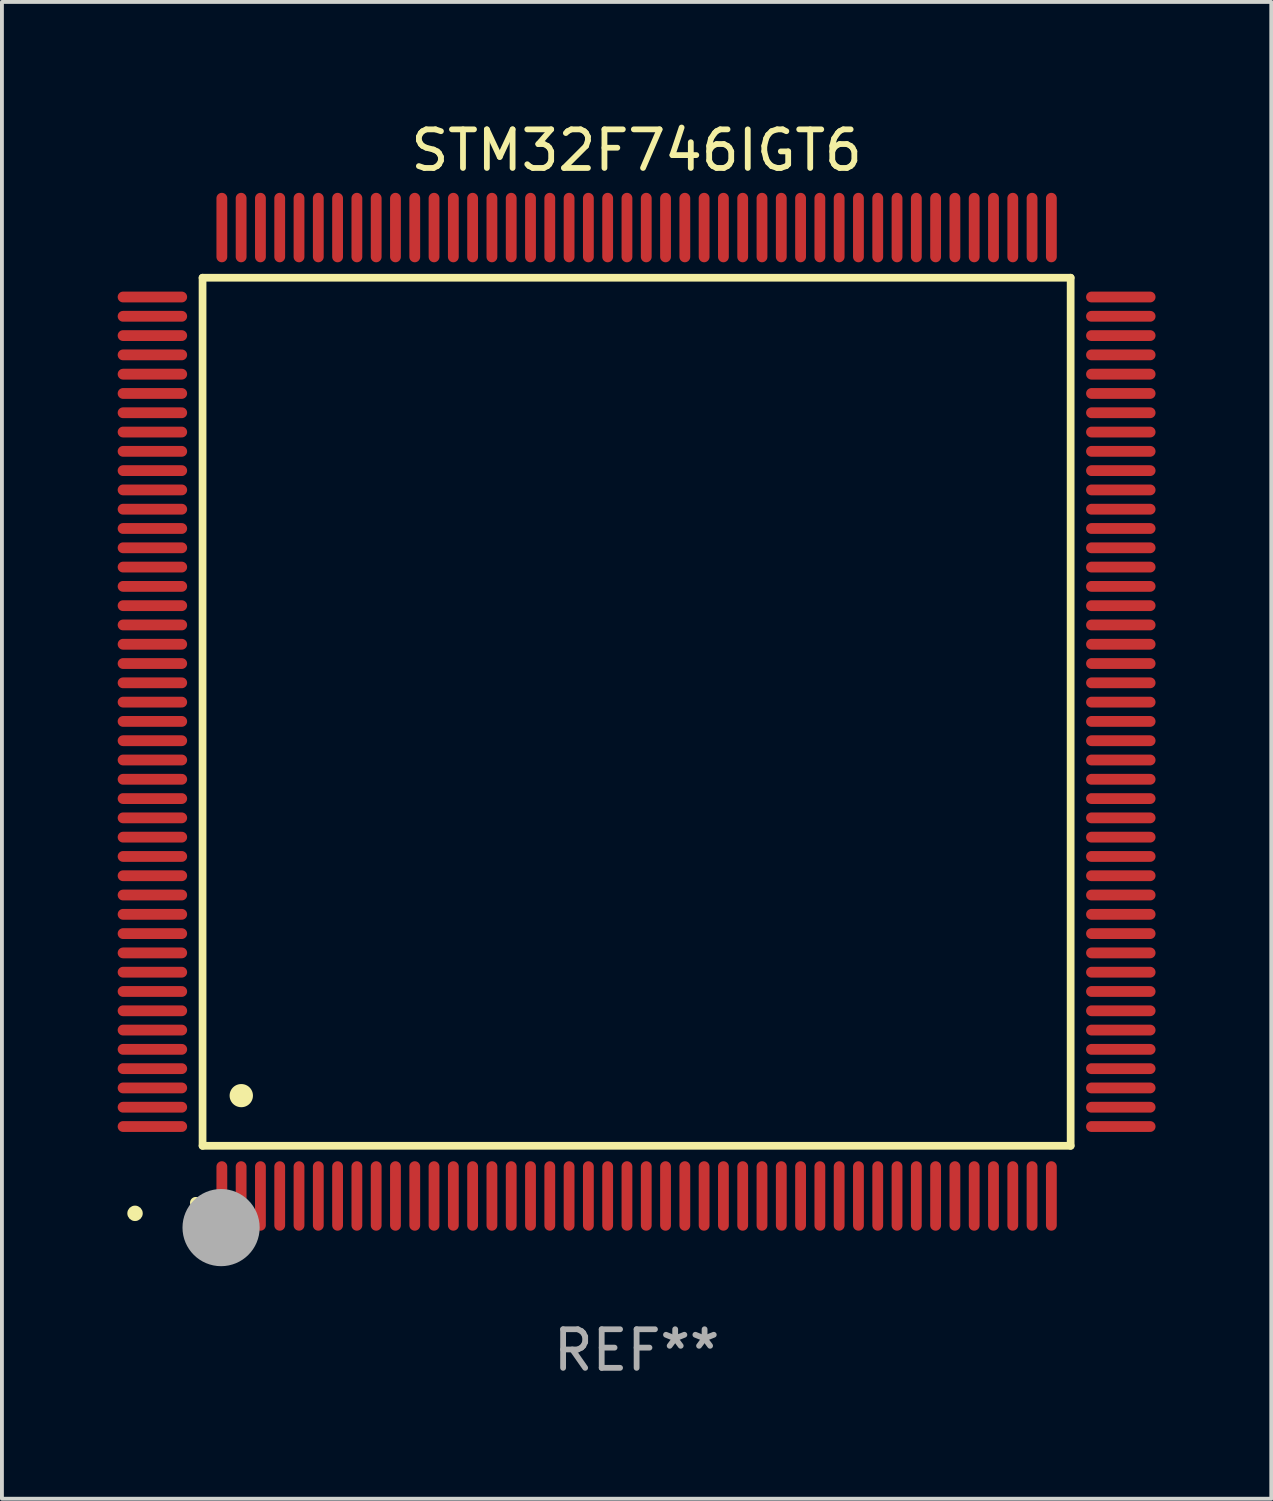
<source format=kicad_pcb>
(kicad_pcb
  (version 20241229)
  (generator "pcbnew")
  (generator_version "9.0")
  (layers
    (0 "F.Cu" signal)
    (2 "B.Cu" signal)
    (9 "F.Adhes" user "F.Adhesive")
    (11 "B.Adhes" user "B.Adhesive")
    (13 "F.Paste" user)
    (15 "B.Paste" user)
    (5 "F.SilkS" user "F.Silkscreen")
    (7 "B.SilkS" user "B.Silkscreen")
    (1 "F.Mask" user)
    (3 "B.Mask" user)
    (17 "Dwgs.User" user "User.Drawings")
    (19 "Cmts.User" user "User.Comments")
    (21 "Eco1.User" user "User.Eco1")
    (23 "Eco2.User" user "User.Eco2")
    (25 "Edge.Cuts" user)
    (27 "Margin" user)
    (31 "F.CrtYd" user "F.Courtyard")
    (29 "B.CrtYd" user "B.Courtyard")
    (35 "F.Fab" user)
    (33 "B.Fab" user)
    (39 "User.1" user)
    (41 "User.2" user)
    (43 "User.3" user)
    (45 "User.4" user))
  (footprint "STM32F746IGT6"
    (layer "F.Cu")
    (at 13.45 15.398)
    (property "Reference" "STM32F746IGT6" (at 0 -14.55 0) (layer "F.SilkS") (effects (font (size 1 1) (thickness 0.15))))
    (attr through_hole)
    (fp_line (start -11.25 -11.25) (end 11.25 -11.25) (stroke (width 0.2) (type solid)) (layer "F.SilkS"))
    (fp_line (start -11.25 11.25) (end -11.25 -11.25) (stroke (width 0.2) (type solid)) (layer "F.SilkS"))
    (fp_line (start 11.25 -11.25) (end 11.25 11.25) (stroke (width 0.2) (type solid)) (layer "F.SilkS"))
    (fp_line (start 11.25 11.25) (end -11.25 11.25) (stroke (width 0.2) (type solid)) (layer "F.SilkS"))
    (fp_arc (start -11.424943 12.725425) (mid -11.423673 12.72542) (end -11.422403 12.725425) (stroke (width 0.3) (type solid)) (layer "F.SilkS"))
    (fp_arc (start -10.24892 9.9492) (mid -10.24638 9.949189) (end -10.24384 9.9492) (stroke (width 0.6) (type solid)) (layer "F.SilkS"))
    (fp_circle (center -13 13) (end -12.9 13) (stroke (width 0.2) (type solid)) (fill no) (layer "F.SilkS"))
    (fp_circle (center -10.77 13.37) (end -10.27 13.37) (stroke (width 1) (type solid)) (fill no) (layer "F.Fab"))
    (fp_text user "REF**" (at 0 16.55 0) (layer "F.Fab") (effects (font (size 1 1) (thickness 0.15))))
    (pad "1" smd oval (at -10.75 12.55) (size 0.28 1.8) (layers "F.Cu" "F.Mask" "F.Paste"))
    (pad "2" smd oval (at -10.25 12.55) (size 0.28 1.8) (layers "F.Cu" "F.Mask" "F.Paste"))
    (pad "3" smd oval (at -9.75 12.55) (size 0.28 1.8) (layers "F.Cu" "F.Mask" "F.Paste"))
    (pad "4" smd oval (at -9.25 12.55) (size 0.28 1.8) (layers "F.Cu" "F.Mask" "F.Paste"))
    (pad "5" smd oval (at -8.75 12.55) (size 0.28 1.8) (layers "F.Cu" "F.Mask" "F.Paste"))
    (pad "6" smd oval (at -8.25 12.55) (size 0.28 1.8) (layers "F.Cu" "F.Mask" "F.Paste"))
    (pad "7" smd oval (at -7.75 12.55) (size 0.28 1.8) (layers "F.Cu" "F.Mask" "F.Paste"))
    (pad "8" smd oval (at -7.25 12.55) (size 0.28 1.8) (layers "F.Cu" "F.Mask" "F.Paste"))
    (pad "9" smd oval (at -6.75 12.55) (size 0.28 1.8) (layers "F.Cu" "F.Mask" "F.Paste"))
    (pad "10" smd oval (at -6.25 12.55) (size 0.28 1.8) (layers "F.Cu" "F.Mask" "F.Paste"))
    (pad "11" smd oval (at -5.75 12.55) (size 0.28 1.8) (layers "F.Cu" "F.Mask" "F.Paste"))
    (pad "12" smd oval (at -5.25 12.55) (size 0.28 1.8) (layers "F.Cu" "F.Mask" "F.Paste"))
    (pad "13" smd oval (at -4.75 12.55) (size 0.28 1.8) (layers "F.Cu" "F.Mask" "F.Paste"))
    (pad "14" smd oval (at -4.25 12.55) (size 0.28 1.8) (layers "F.Cu" "F.Mask" "F.Paste"))
    (pad "15" smd oval (at -3.75 12.55) (size 0.28 1.8) (layers "F.Cu" "F.Mask" "F.Paste"))
    (pad "16" smd oval (at -3.25 12.55) (size 0.28 1.8) (layers "F.Cu" "F.Mask" "F.Paste"))
    (pad "17" smd oval (at -2.75 12.55) (size 0.28 1.8) (layers "F.Cu" "F.Mask" "F.Paste"))
    (pad "18" smd oval (at -2.25 12.55) (size 0.28 1.8) (layers "F.Cu" "F.Mask" "F.Paste"))
    (pad "19" smd oval (at -1.75 12.55) (size 0.28 1.8) (layers "F.Cu" "F.Mask" "F.Paste"))
    (pad "20" smd oval (at -1.25 12.55) (size 0.28 1.8) (layers "F.Cu" "F.Mask" "F.Paste"))
    (pad "21" smd oval (at -0.75 12.55) (size 0.28 1.8) (layers "F.Cu" "F.Mask" "F.Paste"))
    (pad "22" smd oval (at -0.25 12.55) (size 0.28 1.8) (layers "F.Cu" "F.Mask" "F.Paste"))
    (pad "23" smd oval (at 0.25 12.55) (size 0.28 1.8) (layers "F.Cu" "F.Mask" "F.Paste"))
    (pad "24" smd oval (at 0.75 12.55) (size 0.28 1.8) (layers "F.Cu" "F.Mask" "F.Paste"))
    (pad "25" smd oval (at 1.25 12.55) (size 0.28 1.8) (layers "F.Cu" "F.Mask" "F.Paste"))
    (pad "26" smd oval (at 1.75 12.55) (size 0.28 1.8) (layers "F.Cu" "F.Mask" "F.Paste"))
    (pad "27" smd oval (at 2.25 12.55) (size 0.28 1.8) (layers "F.Cu" "F.Mask" "F.Paste"))
    (pad "28" smd oval (at 2.75 12.55) (size 0.28 1.8) (layers "F.Cu" "F.Mask" "F.Paste"))
    (pad "29" smd oval (at 3.25 12.55) (size 0.28 1.8) (layers "F.Cu" "F.Mask" "F.Paste"))
    (pad "30" smd oval (at 3.75 12.55) (size 0.28 1.8) (layers "F.Cu" "F.Mask" "F.Paste"))
    (pad "31" smd oval (at 4.25 12.55) (size 0.28 1.8) (layers "F.Cu" "F.Mask" "F.Paste"))
    (pad "32" smd oval (at 4.75 12.55) (size 0.28 1.8) (layers "F.Cu" "F.Mask" "F.Paste"))
    (pad "33" smd oval (at 5.25 12.55) (size 0.28 1.8) (layers "F.Cu" "F.Mask" "F.Paste"))
    (pad "34" smd oval (at 5.75 12.55) (size 0.28 1.8) (layers "F.Cu" "F.Mask" "F.Paste"))
    (pad "35" smd oval (at 6.25 12.55) (size 0.28 1.8) (layers "F.Cu" "F.Mask" "F.Paste"))
    (pad "36" smd oval (at 6.75 12.55) (size 0.28 1.8) (layers "F.Cu" "F.Mask" "F.Paste"))
    (pad "37" smd oval (at 7.25 12.55) (size 0.28 1.8) (layers "F.Cu" "F.Mask" "F.Paste"))
    (pad "38" smd oval (at 7.75 12.55) (size 0.28 1.8) (layers "F.Cu" "F.Mask" "F.Paste"))
    (pad "39" smd oval (at 8.25 12.55) (size 0.28 1.8) (layers "F.Cu" "F.Mask" "F.Paste"))
    (pad "40" smd oval (at 8.75 12.55) (size 0.28 1.8) (layers "F.Cu" "F.Mask" "F.Paste"))
    (pad "41" smd oval (at 9.25 12.55) (size 0.28 1.8) (layers "F.Cu" "F.Mask" "F.Paste"))
    (pad "42" smd oval (at 9.75 12.55) (size 0.28 1.8) (layers "F.Cu" "F.Mask" "F.Paste"))
    (pad "43" smd oval (at 10.25 12.55) (size 0.28 1.8) (layers "F.Cu" "F.Mask" "F.Paste"))
    (pad "44" smd oval (at 10.75 12.55) (size 0.28 1.8) (layers "F.Cu" "F.Mask" "F.Paste"))
    (pad "45" smd oval (at 12.55 10.75) (size 1.8 0.28) (layers "F.Cu" "F.Mask" "F.Paste"))
    (pad "46" smd oval (at 12.55 10.25) (size 1.8 0.28) (layers "F.Cu" "F.Mask" "F.Paste"))
    (pad "47" smd oval (at 12.55 9.75) (size 1.8 0.28) (layers "F.Cu" "F.Mask" "F.Paste"))
    (pad "48" smd oval (at 12.55 9.25) (size 1.8 0.28) (layers "F.Cu" "F.Mask" "F.Paste"))
    (pad "49" smd oval (at 12.55 8.75) (size 1.8 0.28) (layers "F.Cu" "F.Mask" "F.Paste"))
    (pad "50" smd oval (at 12.55 8.25) (size 1.8 0.28) (layers "F.Cu" "F.Mask" "F.Paste"))
    (pad "51" smd oval (at 12.55 7.75) (size 1.8 0.28) (layers "F.Cu" "F.Mask" "F.Paste"))
    (pad "52" smd oval (at 12.55 7.25) (size 1.8 0.28) (layers "F.Cu" "F.Mask" "F.Paste"))
    (pad "53" smd oval (at 12.55 6.75) (size 1.8 0.28) (layers "F.Cu" "F.Mask" "F.Paste"))
    (pad "54" smd oval (at 12.55 6.25) (size 1.8 0.28) (layers "F.Cu" "F.Mask" "F.Paste"))
    (pad "55" smd oval (at 12.55 5.75) (size 1.8 0.28) (layers "F.Cu" "F.Mask" "F.Paste"))
    (pad "56" smd oval (at 12.55 5.25) (size 1.8 0.28) (layers "F.Cu" "F.Mask" "F.Paste"))
    (pad "57" smd oval (at 12.55 4.75) (size 1.8 0.28) (layers "F.Cu" "F.Mask" "F.Paste"))
    (pad "58" smd oval (at 12.55 4.25) (size 1.8 0.28) (layers "F.Cu" "F.Mask" "F.Paste"))
    (pad "59" smd oval (at 12.55 3.75) (size 1.8 0.28) (layers "F.Cu" "F.Mask" "F.Paste"))
    (pad "60" smd oval (at 12.55 3.25) (size 1.8 0.28) (layers "F.Cu" "F.Mask" "F.Paste"))
    (pad "61" smd oval (at 12.55 2.75) (size 1.8 0.28) (layers "F.Cu" "F.Mask" "F.Paste"))
    (pad "62" smd oval (at 12.55 2.25) (size 1.8 0.28) (layers "F.Cu" "F.Mask" "F.Paste"))
    (pad "63" smd oval (at 12.55 1.75) (size 1.8 0.28) (layers "F.Cu" "F.Mask" "F.Paste"))
    (pad "64" smd oval (at 12.55 1.25) (size 1.8 0.28) (layers "F.Cu" "F.Mask" "F.Paste"))
    (pad "65" smd oval (at 12.55 0.75) (size 1.8 0.28) (layers "F.Cu" "F.Mask" "F.Paste"))
    (pad "66" smd oval (at 12.55 0.25) (size 1.8 0.28) (layers "F.Cu" "F.Mask" "F.Paste"))
    (pad "67" smd oval (at 12.55 -0.25) (size 1.8 0.28) (layers "F.Cu" "F.Mask" "F.Paste"))
    (pad "68" smd oval (at 12.55 -0.75) (size 1.8 0.28) (layers "F.Cu" "F.Mask" "F.Paste"))
    (pad "69" smd oval (at 12.55 -1.25) (size 1.8 0.28) (layers "F.Cu" "F.Mask" "F.Paste"))
    (pad "70" smd oval (at 12.55 -1.75) (size 1.8 0.28) (layers "F.Cu" "F.Mask" "F.Paste"))
    (pad "71" smd oval (at 12.55 -2.25) (size 1.8 0.28) (layers "F.Cu" "F.Mask" "F.Paste"))
    (pad "72" smd oval (at 12.55 -2.75) (size 1.8 0.28) (layers "F.Cu" "F.Mask" "F.Paste"))
    (pad "73" smd oval (at 12.55 -3.25) (size 1.8 0.28) (layers "F.Cu" "F.Mask" "F.Paste"))
    (pad "74" smd oval (at 12.55 -3.75) (size 1.8 0.28) (layers "F.Cu" "F.Mask" "F.Paste"))
    (pad "75" smd oval (at 12.55 -4.25) (size 1.8 0.28) (layers "F.Cu" "F.Mask" "F.Paste"))
    (pad "76" smd oval (at 12.55 -4.75) (size 1.8 0.28) (layers "F.Cu" "F.Mask" "F.Paste"))
    (pad "77" smd oval (at 12.55 -5.25) (size 1.8 0.28) (layers "F.Cu" "F.Mask" "F.Paste"))
    (pad "78" smd oval (at 12.55 -5.75) (size 1.8 0.28) (layers "F.Cu" "F.Mask" "F.Paste"))
    (pad "79" smd oval (at 12.55 -6.25) (size 1.8 0.28) (layers "F.Cu" "F.Mask" "F.Paste"))
    (pad "80" smd oval (at 12.55 -6.75) (size 1.8 0.28) (layers "F.Cu" "F.Mask" "F.Paste"))
    (pad "81" smd oval (at 12.55 -7.25) (size 1.8 0.28) (layers "F.Cu" "F.Mask" "F.Paste"))
    (pad "82" smd oval (at 12.55 -7.75) (size 1.8 0.28) (layers "F.Cu" "F.Mask" "F.Paste"))
    (pad "83" smd oval (at 12.55 -8.25) (size 1.8 0.28) (layers "F.Cu" "F.Mask" "F.Paste"))
    (pad "84" smd oval (at 12.55 -8.75) (size 1.8 0.28) (layers "F.Cu" "F.Mask" "F.Paste"))
    (pad "85" smd oval (at 12.55 -9.25) (size 1.8 0.28) (layers "F.Cu" "F.Mask" "F.Paste"))
    (pad "86" smd oval (at 12.55 -9.75) (size 1.8 0.28) (layers "F.Cu" "F.Mask" "F.Paste"))
    (pad "87" smd oval (at 12.55 -10.25) (size 1.8 0.28) (layers "F.Cu" "F.Mask" "F.Paste"))
    (pad "88" smd oval (at 12.55 -10.75) (size 1.8 0.28) (layers "F.Cu" "F.Mask" "F.Paste"))
    (pad "89" smd oval (at 10.75 -12.55) (size 0.28 1.8) (layers "F.Cu" "F.Mask" "F.Paste"))
    (pad "90" smd oval (at 10.25 -12.55) (size 0.28 1.8) (layers "F.Cu" "F.Mask" "F.Paste"))
    (pad "91" smd oval (at 9.75 -12.55) (size 0.28 1.8) (layers "F.Cu" "F.Mask" "F.Paste"))
    (pad "92" smd oval (at 9.25 -12.55) (size 0.28 1.8) (layers "F.Cu" "F.Mask" "F.Paste"))
    (pad "93" smd oval (at 8.75 -12.55) (size 0.28 1.8) (layers "F.Cu" "F.Mask" "F.Paste"))
    (pad "94" smd oval (at 8.25 -12.55) (size 0.28 1.8) (layers "F.Cu" "F.Mask" "F.Paste"))
    (pad "95" smd oval (at 7.75 -12.55) (size 0.28 1.8) (layers "F.Cu" "F.Mask" "F.Paste"))
    (pad "96" smd oval (at 7.25 -12.55) (size 0.28 1.8) (layers "F.Cu" "F.Mask" "F.Paste"))
    (pad "97" smd oval (at 6.75 -12.55) (size 0.28 1.8) (layers "F.Cu" "F.Mask" "F.Paste"))
    (pad "98" smd oval (at 6.25 -12.55) (size 0.28 1.8) (layers "F.Cu" "F.Mask" "F.Paste"))
    (pad "99" smd oval (at 5.75 -12.55) (size 0.28 1.8) (layers "F.Cu" "F.Mask" "F.Paste"))
    (pad "100" smd oval (at 5.25 -12.55) (size 0.28 1.8) (layers "F.Cu" "F.Mask" "F.Paste"))
    (pad "101" smd oval (at 4.75 -12.55) (size 0.28 1.8) (layers "F.Cu" "F.Mask" "F.Paste"))
    (pad "102" smd oval (at 4.25 -12.55) (size 0.28 1.8) (layers "F.Cu" "F.Mask" "F.Paste"))
    (pad "103" smd oval (at 3.75 -12.55) (size 0.28 1.8) (layers "F.Cu" "F.Mask" "F.Paste"))
    (pad "104" smd oval (at 3.25 -12.55) (size 0.28 1.8) (layers "F.Cu" "F.Mask" "F.Paste"))
    (pad "105" smd oval (at 2.75 -12.55) (size 0.28 1.8) (layers "F.Cu" "F.Mask" "F.Paste"))
    (pad "106" smd oval (at 2.25 -12.55) (size 0.28 1.8) (layers "F.Cu" "F.Mask" "F.Paste"))
    (pad "107" smd oval (at 1.75 -12.55) (size 0.28 1.8) (layers "F.Cu" "F.Mask" "F.Paste"))
    (pad "108" smd oval (at 1.25 -12.55) (size 0.28 1.8) (layers "F.Cu" "F.Mask" "F.Paste"))
    (pad "109" smd oval (at 0.75 -12.55) (size 0.28 1.8) (layers "F.Cu" "F.Mask" "F.Paste"))
    (pad "110" smd oval (at 0.25 -12.55) (size 0.28 1.8) (layers "F.Cu" "F.Mask" "F.Paste"))
    (pad "111" smd oval (at -0.25 -12.55) (size 0.28 1.8) (layers "F.Cu" "F.Mask" "F.Paste"))
    (pad "112" smd oval (at -0.75 -12.55) (size 0.28 1.8) (layers "F.Cu" "F.Mask" "F.Paste"))
    (pad "113" smd oval (at -1.25 -12.55) (size 0.28 1.8) (layers "F.Cu" "F.Mask" "F.Paste"))
    (pad "114" smd oval (at -1.75 -12.55) (size 0.28 1.8) (layers "F.Cu" "F.Mask" "F.Paste"))
    (pad "115" smd oval (at -2.25 -12.55) (size 0.28 1.8) (layers "F.Cu" "F.Mask" "F.Paste"))
    (pad "116" smd oval (at -2.75 -12.55) (size 0.28 1.8) (layers "F.Cu" "F.Mask" "F.Paste"))
    (pad "117" smd oval (at -3.25 -12.55) (size 0.28 1.8) (layers "F.Cu" "F.Mask" "F.Paste"))
    (pad "118" smd oval (at -3.75 -12.55) (size 0.28 1.8) (layers "F.Cu" "F.Mask" "F.Paste"))
    (pad "119" smd oval (at -4.25 -12.55) (size 0.28 1.8) (layers "F.Cu" "F.Mask" "F.Paste"))
    (pad "120" smd oval (at -4.75 -12.55) (size 0.28 1.8) (layers "F.Cu" "F.Mask" "F.Paste"))
    (pad "121" smd oval (at -5.25 -12.55) (size 0.28 1.8) (layers "F.Cu" "F.Mask" "F.Paste"))
    (pad "122" smd oval (at -5.75 -12.55) (size 0.28 1.8) (layers "F.Cu" "F.Mask" "F.Paste"))
    (pad "123" smd oval (at -6.25 -12.55) (size 0.28 1.8) (layers "F.Cu" "F.Mask" "F.Paste"))
    (pad "124" smd oval (at -6.75 -12.55) (size 0.28 1.8) (layers "F.Cu" "F.Mask" "F.Paste"))
    (pad "125" smd oval (at -7.25 -12.55) (size 0.28 1.8) (layers "F.Cu" "F.Mask" "F.Paste"))
    (pad "126" smd oval (at -7.75 -12.55) (size 0.28 1.8) (layers "F.Cu" "F.Mask" "F.Paste"))
    (pad "127" smd oval (at -8.25 -12.55) (size 0.28 1.8) (layers "F.Cu" "F.Mask" "F.Paste"))
    (pad "128" smd oval (at -8.75 -12.55) (size 0.28 1.8) (layers "F.Cu" "F.Mask" "F.Paste"))
    (pad "129" smd oval (at -9.25 -12.55) (size 0.28 1.8) (layers "F.Cu" "F.Mask" "F.Paste"))
    (pad "130" smd oval (at -9.75 -12.55) (size 0.28 1.8) (layers "F.Cu" "F.Mask" "F.Paste"))
    (pad "131" smd oval (at -10.25 -12.55) (size 0.28 1.8) (layers "F.Cu" "F.Mask" "F.Paste"))
    (pad "132" smd oval (at -10.75 -12.55) (size 0.28 1.8) (layers "F.Cu" "F.Mask" "F.Paste"))
    (pad "133" smd oval (at -12.55 -10.75) (size 1.8 0.28) (layers "F.Cu" "F.Mask" "F.Paste"))
    (pad "134" smd oval (at -12.55 -10.25) (size 1.8 0.28) (layers "F.Cu" "F.Mask" "F.Paste"))
    (pad "135" smd oval (at -12.55 -9.75) (size 1.8 0.28) (layers "F.Cu" "F.Mask" "F.Paste"))
    (pad "136" smd oval (at -12.55 -9.25) (size 1.8 0.28) (layers "F.Cu" "F.Mask" "F.Paste"))
    (pad "137" smd oval (at -12.55 -8.75) (size 1.8 0.28) (layers "F.Cu" "F.Mask" "F.Paste"))
    (pad "138" smd oval (at -12.55 -8.25) (size 1.8 0.28) (layers "F.Cu" "F.Mask" "F.Paste"))
    (pad "139" smd oval (at -12.55 -7.75) (size 1.8 0.28) (layers "F.Cu" "F.Mask" "F.Paste"))
    (pad "140" smd oval (at -12.55 -7.25) (size 1.8 0.28) (layers "F.Cu" "F.Mask" "F.Paste"))
    (pad "141" smd oval (at -12.55 -6.75) (size 1.8 0.28) (layers "F.Cu" "F.Mask" "F.Paste"))
    (pad "142" smd oval (at -12.55 -6.25) (size 1.8 0.28) (layers "F.Cu" "F.Mask" "F.Paste"))
    (pad "143" smd oval (at -12.55 -5.75) (size 1.8 0.28) (layers "F.Cu" "F.Mask" "F.Paste"))
    (pad "144" smd oval (at -12.55 -5.25) (size 1.8 0.28) (layers "F.Cu" "F.Mask" "F.Paste"))
    (pad "145" smd oval (at -12.55 -4.75) (size 1.8 0.28) (layers "F.Cu" "F.Mask" "F.Paste"))
    (pad "146" smd oval (at -12.55 -4.25) (size 1.8 0.28) (layers "F.Cu" "F.Mask" "F.Paste"))
    (pad "147" smd oval (at -12.55 -3.75) (size 1.8 0.28) (layers "F.Cu" "F.Mask" "F.Paste"))
    (pad "148" smd oval (at -12.55 -3.25) (size 1.8 0.28) (layers "F.Cu" "F.Mask" "F.Paste"))
    (pad "149" smd oval (at -12.55 -2.75) (size 1.8 0.28) (layers "F.Cu" "F.Mask" "F.Paste"))
    (pad "150" smd oval (at -12.55 -2.25) (size 1.8 0.28) (layers "F.Cu" "F.Mask" "F.Paste"))
    (pad "151" smd oval (at -12.55 -1.75) (size 1.8 0.28) (layers "F.Cu" "F.Mask" "F.Paste"))
    (pad "152" smd oval (at -12.55 -1.25) (size 1.8 0.28) (layers "F.Cu" "F.Mask" "F.Paste"))
    (pad "153" smd oval (at -12.55 -0.75) (size 1.8 0.28) (layers "F.Cu" "F.Mask" "F.Paste"))
    (pad "154" smd oval (at -12.55 -0.25) (size 1.8 0.28) (layers "F.Cu" "F.Mask" "F.Paste"))
    (pad "155" smd oval (at -12.55 0.25) (size 1.8 0.28) (layers "F.Cu" "F.Mask" "F.Paste"))
    (pad "156" smd oval (at -12.55 0.75) (size 1.8 0.28) (layers "F.Cu" "F.Mask" "F.Paste"))
    (pad "157" smd oval (at -12.55 1.25) (size 1.8 0.28) (layers "F.Cu" "F.Mask" "F.Paste"))
    (pad "158" smd oval (at -12.55 1.75) (size 1.8 0.28) (layers "F.Cu" "F.Mask" "F.Paste"))
    (pad "159" smd oval (at -12.55 2.25) (size 1.8 0.28) (layers "F.Cu" "F.Mask" "F.Paste"))
    (pad "160" smd oval (at -12.55 2.75) (size 1.8 0.28) (layers "F.Cu" "F.Mask" "F.Paste"))
    (pad "161" smd oval (at -12.55 3.25) (size 1.8 0.28) (layers "F.Cu" "F.Mask" "F.Paste"))
    (pad "162" smd oval (at -12.55 3.75) (size 1.8 0.28) (layers "F.Cu" "F.Mask" "F.Paste"))
    (pad "163" smd oval (at -12.55 4.25) (size 1.8 0.28) (layers "F.Cu" "F.Mask" "F.Paste"))
    (pad "164" smd oval (at -12.55 4.75) (size 1.8 0.28) (layers "F.Cu" "F.Mask" "F.Paste"))
    (pad "165" smd oval (at -12.55 5.25) (size 1.8 0.28) (layers "F.Cu" "F.Mask" "F.Paste"))
    (pad "166" smd oval (at -12.55 5.75) (size 1.8 0.28) (layers "F.Cu" "F.Mask" "F.Paste"))
    (pad "167" smd oval (at -12.55 6.25) (size 1.8 0.28) (layers "F.Cu" "F.Mask" "F.Paste"))
    (pad "168" smd oval (at -12.55 6.75) (size 1.8 0.28) (layers "F.Cu" "F.Mask" "F.Paste"))
    (pad "169" smd oval (at -12.55 7.25) (size 1.8 0.28) (layers "F.Cu" "F.Mask" "F.Paste"))
    (pad "170" smd oval (at -12.55 7.75) (size 1.8 0.28) (layers "F.Cu" "F.Mask" "F.Paste"))
    (pad "171" smd oval (at -12.55 8.25) (size 1.8 0.28) (layers "F.Cu" "F.Mask" "F.Paste"))
    (pad "172" smd oval (at -12.55 8.75) (size 1.8 0.28) (layers "F.Cu" "F.Mask" "F.Paste"))
    (pad "173" smd oval (at -12.55 9.25) (size 1.8 0.28) (layers "F.Cu" "F.Mask" "F.Paste"))
    (pad "174" smd oval (at -12.55 9.75) (size 1.8 0.28) (layers "F.Cu" "F.Mask" "F.Paste"))
    (pad "175" smd oval (at -12.55 10.25) (size 1.8 0.28) (layers "F.Cu" "F.Mask" "F.Paste"))
    (pad "176" smd oval (at -12.55 10.75) (size 1.8 0.28) (layers "F.Cu" "F.Mask" "F.Paste")))
  (gr_rect
    (start -3 -3)
    (end 29.9 35.796)
    (stroke (width 0.1) (type default))
    (fill no)
    (layer "Edge.Cuts")))
</source>
